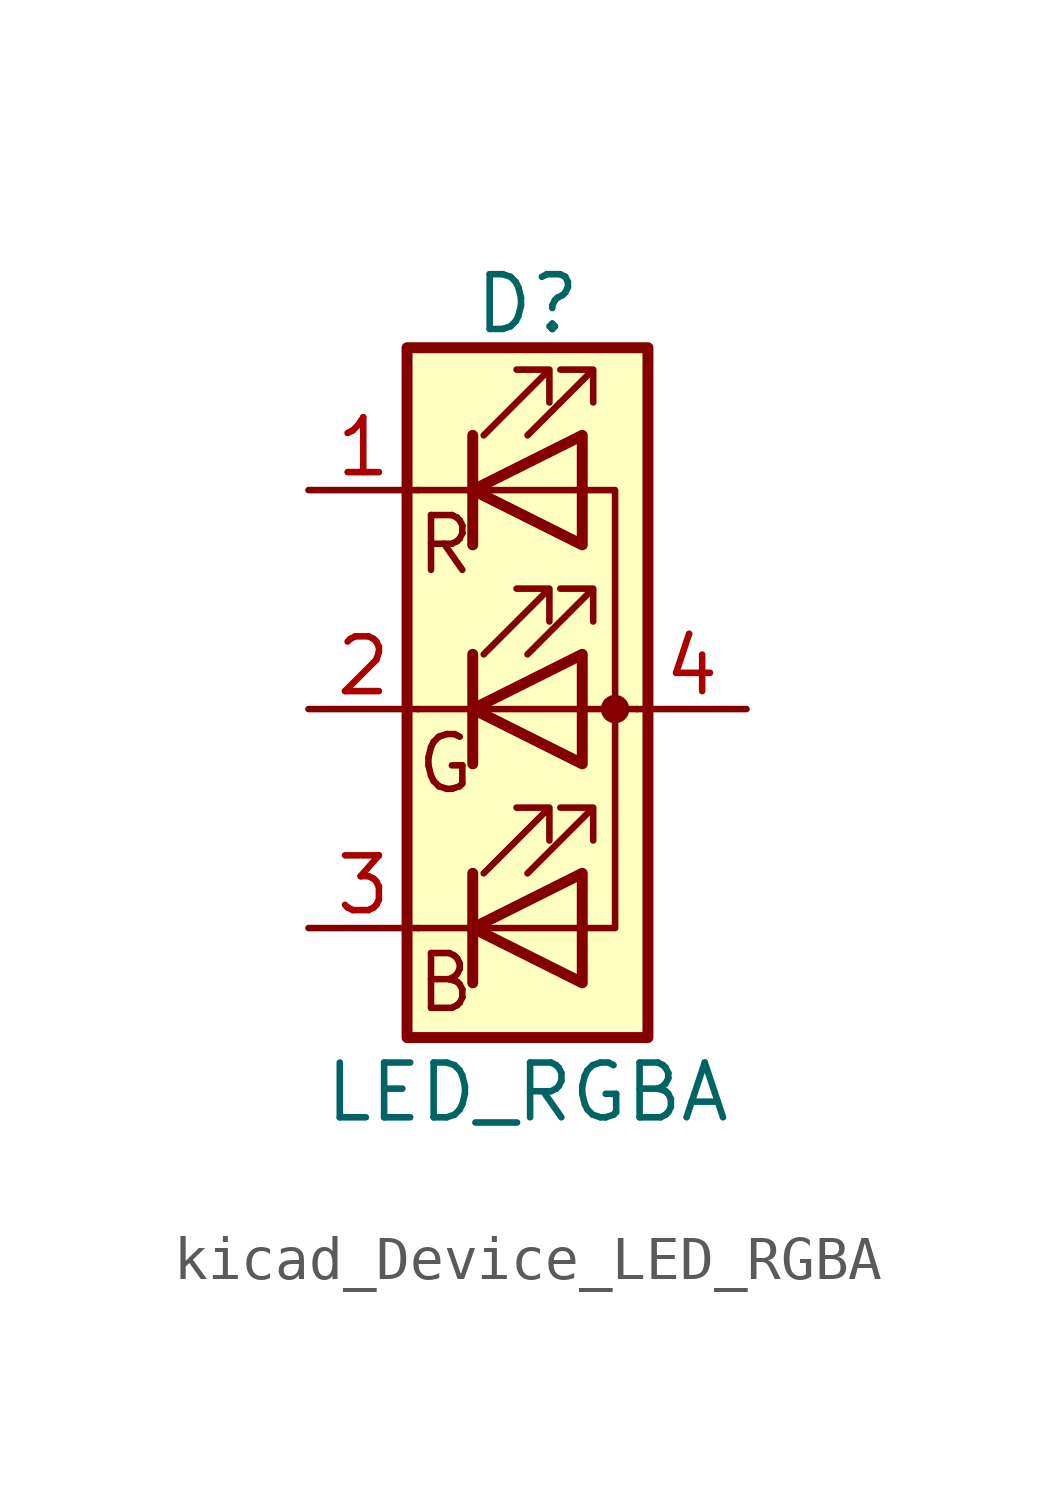
<source format=kicad_sym>
(kicad_symbol_lib
  (version 20220914)
  (generator kicad_symbol_editor)
  (symbol "kicad_Device_LED_RGBA"
    (pin_names
      (offset 0) hide)
    (property "Reference" "D"
      (at 0 9.398 0)
      (effects (font (size 1.27 1.27))))
    (property "Value" "LED_RGBA"
      (at 0 -8.89 0)
      (effects (font (size 1.27 1.27))))
    (symbol "kicad_Device_LED_RGBA_0_0"
      (text "B" (at -1.905 -6.35 0) (effects (font (size 1.27 1.27))))
      (text "G" (at -1.905 -1.27 0) (effects (font (size 1.27 1.27))))
      (text "R" (at -1.905 3.81 0) (effects (font (size 1.27 1.27)))))
    (symbol "kicad_Device_LED_RGBA_0_1"
      (polyline (pts (xy -1.27 -5.08) (xy -2.54 -5.08)) (stroke (width 0) (type default)) (fill (type none)))
      (polyline (pts (xy -1.27 -5.08) (xy 1.27 -5.08)) (stroke (width 0) (type default)) (fill (type none)))
      (polyline (pts (xy -1.27 -3.81) (xy -1.27 -6.35)) (stroke (width 0.254) (type default)) (fill (type none)))
      (polyline (pts (xy -1.27 0) (xy -2.54 0)) (stroke (width 0) (type default)) (fill (type none)))
      (polyline (pts (xy -1.27 1.27) (xy -1.27 -1.27)) (stroke (width 0.254) (type default)) (fill (type none)))
      (polyline (pts (xy -1.27 5.08) (xy -2.54 5.08)) (stroke (width 0) (type default)) (fill (type none)))
      (polyline (pts (xy -1.27 5.08) (xy 1.27 5.08)) (stroke (width 0) (type default)) (fill (type none)))
      (polyline (pts (xy -1.27 6.35) (xy -1.27 3.81)) (stroke (width 0.254) (type default)) (fill (type none)))
      (polyline (pts (xy 1.27 0) (xy -1.27 0)) (stroke (width 0) (type default)) (fill (type none)))
      (polyline (pts (xy 1.27 0) (xy 2.54 0)) (stroke (width 0) (type default)) (fill (type none)))
      (polyline (pts (xy -1.27 1.27) (xy -1.27 -1.27) (xy -1.27 -1.27)) (stroke (width 0) (type default)) (fill (type none)))
      (polyline (pts (xy -1.27 6.35) (xy -1.27 3.81) (xy -1.27 3.81)) (stroke (width 0) (type default)) (fill (type none)))
      (polyline (pts (xy 1.27 -5.08) (xy 2.032 -5.08) (xy 2.032 5.08) (xy 1.27 5.08)) (stroke (width 0) (type default)) (fill (type none)))
      (polyline (pts (xy 1.27 -3.81) (xy 1.27 -6.35) (xy -1.27 -5.08) (xy 1.27 -3.81)) (stroke (width 0.254) (type default)) (fill (type none)))
      (polyline (pts (xy 1.27 1.27) (xy 1.27 -1.27) (xy -1.27 0) (xy 1.27 1.27)) (stroke (width 0.254) (type default)) (fill (type none)))
      (polyline (pts (xy 1.27 6.35) (xy 1.27 3.81) (xy -1.27 5.08) (xy 1.27 6.35)) (stroke (width 0.254) (type default)) (fill (type none)))
      (polyline (pts (xy -1.016 -3.81) (xy 0.508 -2.286) (xy -0.254 -2.286) (xy 0.508 -2.286) (xy 0.508 -3.048)) (stroke (width 0) (type default)) (fill (type none)))
      (polyline (pts (xy -1.016 1.27) (xy 0.508 2.794) (xy -0.254 2.794) (xy 0.508 2.794) (xy 0.508 2.032)) (stroke (width 0) (type default)) (fill (type none)))
      (polyline (pts (xy -1.016 6.35) (xy 0.508 7.874) (xy -0.254 7.874) (xy 0.508 7.874) (xy 0.508 7.112)) (stroke (width 0) (type default)) (fill (type none)))
      (polyline (pts (xy 0 -3.81) (xy 1.524 -2.286) (xy 0.762 -2.286) (xy 1.524 -2.286) (xy 1.524 -3.048)) (stroke (width 0) (type default)) (fill (type none)))
      (polyline (pts (xy 0 1.27) (xy 1.524 2.794) (xy 0.762 2.794) (xy 1.524 2.794) (xy 1.524 2.032)) (stroke (width 0) (type default)) (fill (type none)))
      (polyline (pts (xy 0 6.35) (xy 1.524 7.874) (xy 0.762 7.874) (xy 1.524 7.874) (xy 1.524 7.112)) (stroke (width 0) (type default)) (fill (type none)))
      (rectangle (start 1.27 -1.27) (end 1.27 1.27) (stroke (width 0) (type default)) (fill (type none)))
      (rectangle (start 1.27 1.27) (end 1.27 1.27) (stroke (width 0) (type default)) (fill (type none)))
      (rectangle (start 1.27 3.81) (end 1.27 6.35) (stroke (width 0) (type default)) (fill (type none)))
      (rectangle (start 1.27 6.35) (end 1.27 6.35) (stroke (width 0) (type default)) (fill (type none)))
      (circle (center 2.032 0) (radius 0.254) (stroke (width 0) (type default)) (fill (type outline)))
      (rectangle (start 2.794 8.382) (end -2.794 -7.62) (stroke (width 0.254) (type default)) (fill (type background))))
    (symbol "kicad_Device_LED_RGBA_1_1"
      (pin passive line (at -5.08 5.08 0) (length 2.54) (name "RK" (effects (font (size 1.27 1.27)))) (number "1" (effects (font (size 1.27 1.27)))))
      (pin passive line (at -5.08 0 0) (length 2.54) (name "GK" (effects (font (size 1.27 1.27)))) (number "2" (effects (font (size 1.27 1.27)))))
      (pin passive line (at -5.08 -5.08 0) (length 2.54) (name "BK" (effects (font (size 1.27 1.27)))) (number "3" (effects (font (size 1.27 1.27)))))
      (pin passive line (at 5.08 0 180) (length 2.54) (name "A" (effects (font (size 1.27 1.27)))) (number "4" (effects (font (size 1.27 1.27))))))))
</source>
